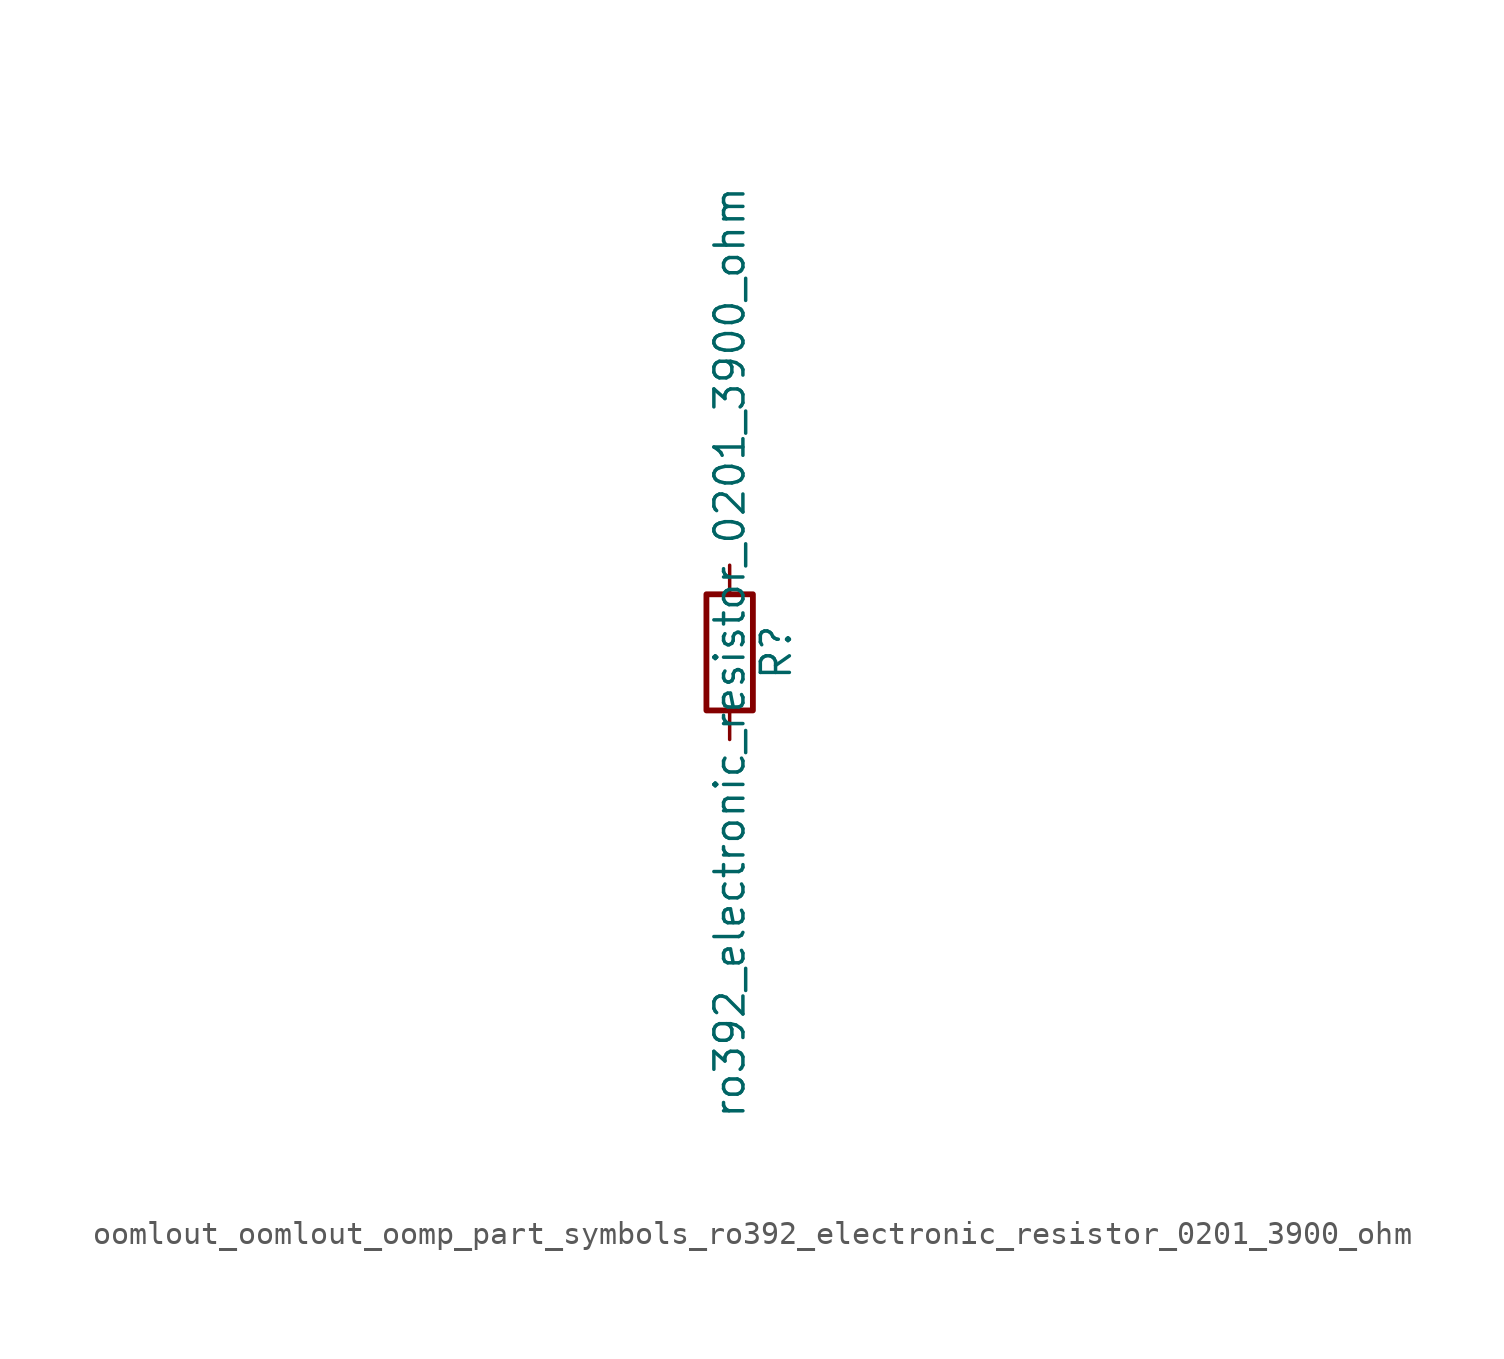
<source format=kicad_sym>
(kicad_symbol_lib
  (version 20220914)
  (generator kicad_symbol_editor)
  (symbol "oomlout_oomlout_oomp_part_symbols_ro392_electronic_resistor_0201_3900_ohm"
    (pin_numbers hide)
    (pin_names
      (offset 0))
    (property "Reference" "R"
      (at 2.032 0 90)
      (effects (font (size 1.27 1.27))))
    (property "Value" "ro392_electronic_resistor_0201_3900_ohm"
      (at 0 0 90)
      (effects (font (size 1.27 1.27))))
    (symbol "oomlout_oomlout_oomp_part_symbols_ro392_electronic_resistor_0201_3900_ohm_0_1"
      (rectangle (start -1.016 -2.54) (end 1.016 2.54) (stroke (width 0.254) (type default)) (fill (type none))))
    (symbol "oomlout_oomlout_oomp_part_symbols_ro392_electronic_resistor_0201_3900_ohm_1_1"
      (pin passive line (at 0 3.81 270) (length 1.27) (name "~" (effects (font (size 1.27 1.27)))) (number "1" (effects (font (size 1.27 1.27)))))
      (pin passive line (at 0 -3.81 90) (length 1.27) (name "~" (effects (font (size 1.27 1.27)))) (number "2" (effects (font (size 1.27 1.27))))))))
</source>
